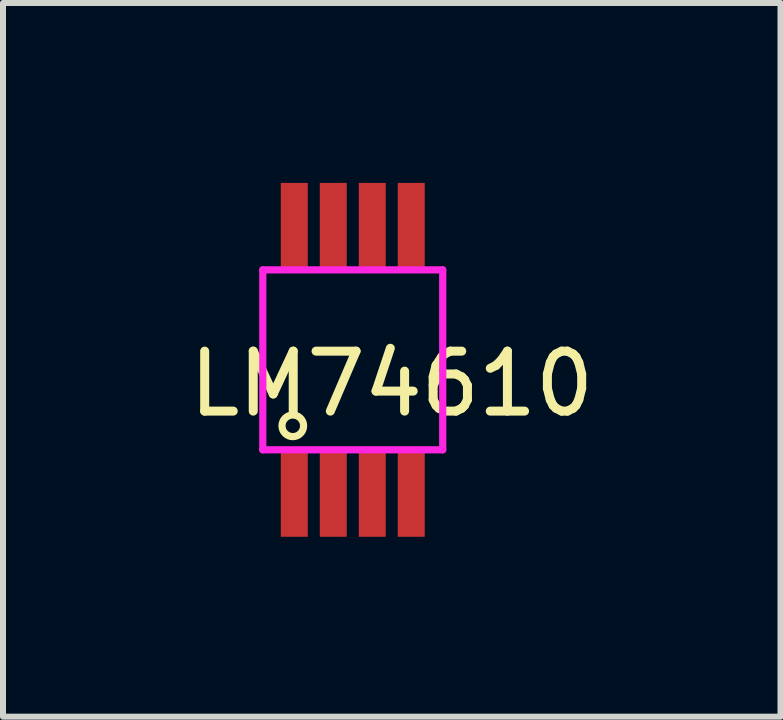
<source format=kicad_pcb>
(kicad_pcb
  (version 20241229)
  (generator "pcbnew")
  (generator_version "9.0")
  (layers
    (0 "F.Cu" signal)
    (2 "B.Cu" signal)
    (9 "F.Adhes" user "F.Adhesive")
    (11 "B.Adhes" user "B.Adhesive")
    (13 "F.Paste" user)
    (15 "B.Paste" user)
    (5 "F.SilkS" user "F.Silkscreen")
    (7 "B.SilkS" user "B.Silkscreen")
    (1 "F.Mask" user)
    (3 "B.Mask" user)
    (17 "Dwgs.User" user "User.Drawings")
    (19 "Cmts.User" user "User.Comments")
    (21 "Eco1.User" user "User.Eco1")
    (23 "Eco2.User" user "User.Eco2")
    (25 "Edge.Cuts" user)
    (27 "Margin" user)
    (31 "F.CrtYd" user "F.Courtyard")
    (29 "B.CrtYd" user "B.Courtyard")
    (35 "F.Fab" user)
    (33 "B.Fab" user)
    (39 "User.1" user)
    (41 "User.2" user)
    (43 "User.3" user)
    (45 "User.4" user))
  (footprint "LM74610"
    (layer "F.Cu")
    (at 2.832 3.05)
    (property "Reference" "LM74610" (at 0.65 0.3 0) (layer "F.SilkS") (effects (font (size 1 1) (thickness 0.15))))
    (attr through_hole)
    (fp_circle (center -1 1) (end -0.85 0.9) (stroke (width 0.12) (type solid)) (fill no) (layer "F.SilkS"))
    (fp_line (start -1.5 -1.6) (end -1.5 1.4) (stroke (width 0.12) (type solid)) (layer "F.CrtYd"))
    (fp_line (start -1.5 1.4) (end 1.5 1.4) (stroke (width 0.12) (type solid)) (layer "F.CrtYd"))
    (fp_line (start 1.5 -1.6) (end -1.5 -1.6) (stroke (width 0.12) (type solid)) (layer "F.CrtYd"))
    (fp_line (start 1.5 1.4) (end 1.5 -1.6) (stroke (width 0.12) (type solid)) (layer "F.CrtYd"))
    (pad "1" smd rect (at -1 2.1) (size 0.45 1.45) (drill (offset 0.025 0.025)) (layers "F.Cu" "F.Mask" "F.Paste"))
    (pad "2" smd rect (at -0.35 2.1) (size 0.45 1.45) (drill (offset 0.025 0.025)) (layers "F.Cu" "F.Mask" "F.Paste"))
    (pad "3" smd rect (at 0.3 2.1) (size 0.45 1.45) (drill (offset 0.025 0.025)) (layers "F.Cu" "F.Mask" "F.Paste"))
    (pad "4" smd rect (at 0.95 2.1) (size 0.45 1.45) (drill (offset 0.025 0.025)) (layers "F.Cu" "F.Mask" "F.Paste"))
    (pad "5" smd rect (at 0.95 -2.35) (size 0.45 1.45) (drill (offset 0.025 0.025)) (layers "F.Cu" "F.Mask" "F.Paste"))
    (pad "6" smd rect (at 0.3 -2.35) (size 0.45 1.45) (drill (offset 0.025 0.025)) (layers "F.Cu" "F.Mask" "F.Paste"))
    (pad "7" smd rect (at -0.35 -2.35) (size 0.45 1.45) (drill (offset 0.025 0.025)) (layers "F.Cu" "F.Mask" "F.Paste"))
    (pad "8" smd rect (at -1 -2.35) (size 0.45 1.45) (drill (offset 0.025 0.025)) (layers "F.Cu" "F.Mask" "F.Paste")))
  (gr_rect
    (start -3 -3)
    (end 9.964 8.9)
    (stroke (width 0.1) (type default))
    (fill no)
    (layer "Edge.Cuts")))
</source>
